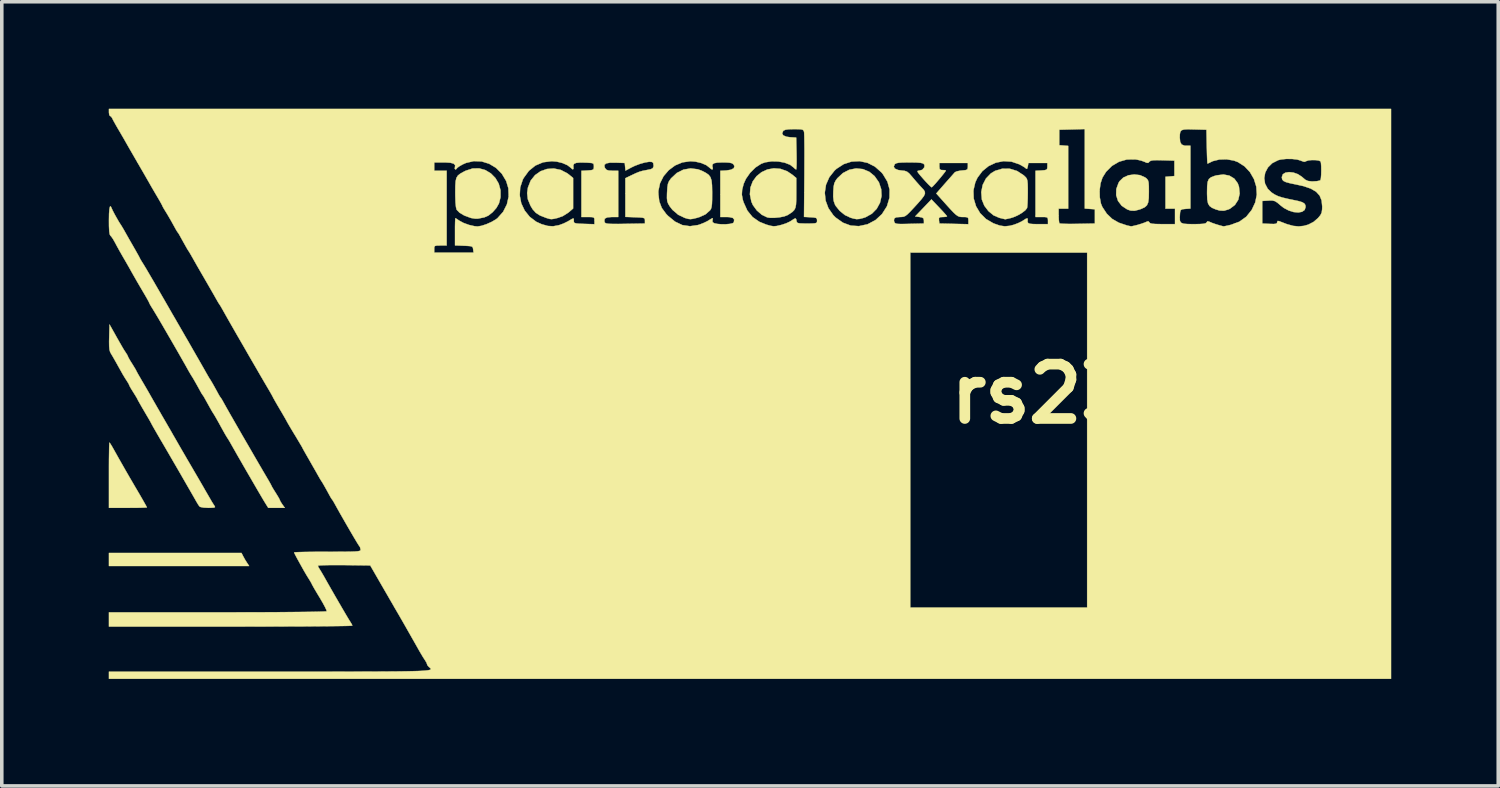
<source format=kicad_pcb>
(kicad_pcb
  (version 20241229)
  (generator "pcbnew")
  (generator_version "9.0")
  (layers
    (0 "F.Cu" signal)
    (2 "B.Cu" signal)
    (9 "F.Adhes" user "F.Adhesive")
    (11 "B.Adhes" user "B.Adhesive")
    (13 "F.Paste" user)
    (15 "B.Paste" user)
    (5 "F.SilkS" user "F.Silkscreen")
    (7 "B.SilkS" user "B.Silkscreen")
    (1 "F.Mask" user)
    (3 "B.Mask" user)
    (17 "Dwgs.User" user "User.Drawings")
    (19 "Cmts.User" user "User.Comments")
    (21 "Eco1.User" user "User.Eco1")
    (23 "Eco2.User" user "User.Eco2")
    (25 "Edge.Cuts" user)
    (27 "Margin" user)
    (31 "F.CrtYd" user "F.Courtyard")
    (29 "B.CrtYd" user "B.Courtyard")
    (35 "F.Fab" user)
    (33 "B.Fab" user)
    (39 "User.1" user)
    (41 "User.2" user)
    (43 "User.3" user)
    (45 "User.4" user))
  (footprint "logo telemetry rs232"
    (layer "F.Cu")
    (at 17.981 7.995)
    (property "Reference" "logo telemetry rs232" (at 0 0 0) (layer "F.SilkS") (effects (font (size 1.524 1.524) (thickness 0.3))))
    (attr through_hole)
    (fp_poly (pts (xy -14.213 4.552) (xy -14.159 4.65) (xy -14.105 4.735) (xy -14.044 4.827) (xy -17.976 4.827) (xy -17.976 4.461) (xy -14.259 4.461) (xy -14.213 4.552)) (stroke (width 0.01) (type solid)) (fill yes) (layer "F.SilkS"))
    (fp_poly (pts (xy -5.306 -6.28) (xy -5.12 -6.183) (xy -5.064 -6.14) (xy -4.96 -6.053) (xy -4.96 -5.198) (xy -5.092 -5.085) (xy -5.251 -4.984) (xy -5.395 -4.933) (xy -5.498 -4.909) (xy -5.564 -4.9) (xy -5.618 -4.906) (xy -5.688 -4.926) (xy -5.726 -4.939) (xy -5.889 -5.003) (xy -6.005 -5.077) (xy -6.095 -5.177) (xy -6.156 -5.279) (xy -6.23 -5.459) (xy -6.249 -5.632) (xy -6.227 -5.786) (xy -6.15 -5.981) (xy -6.028 -6.134) (xy -5.872 -6.244) (xy -5.693 -6.307) (xy -5.501 -6.32) (xy -5.306 -6.28)) (stroke (width 0.01) (type solid)) (fill yes) (layer "F.SilkS"))
    (fp_poly (pts (xy 13.443 -6.12) (xy 13.58 -6.037) (xy 13.677 -5.906) (xy 13.712 -5.808) (xy 13.731 -5.617) (xy 13.692 -5.444) (xy 13.599 -5.299) (xy 13.459 -5.192) (xy 13.42 -5.174) (xy 13.293 -5.136) (xy 13.171 -5.141) (xy 13.06 -5.173) (xy 12.956 -5.218) (xy 12.886 -5.269) (xy 12.844 -5.342) (xy 12.823 -5.45) (xy 12.817 -5.607) (xy 12.817 -5.659) (xy 12.82 -5.829) (xy 12.834 -5.946) (xy 12.867 -6.023) (xy 12.927 -6.073) (xy 13.021 -6.11) (xy 13.085 -6.128) (xy 13.275 -6.152) (xy 13.443 -6.12)) (stroke (width 0.01) (type solid)) (fill yes) (layer "F.SilkS"))
    (fp_poly (pts (xy 10.936 -6.134) (xy 11.079 -6.07) (xy 11.1 -6.055) (xy 11.139 -6.02) (xy 11.164 -5.98) (xy 11.178 -5.921) (xy 11.184 -5.827) (xy 11.185 -5.683) (xy 11.185 -5.662) (xy 11.182 -5.49) (xy 11.166 -5.37) (xy 11.131 -5.289) (xy 11.069 -5.233) (xy 10.973 -5.188) (xy 10.926 -5.171) (xy 10.788 -5.135) (xy 10.674 -5.139) (xy 10.579 -5.172) (xy 10.425 -5.273) (xy 10.32 -5.41) (xy 10.268 -5.571) (xy 10.272 -5.744) (xy 10.335 -5.917) (xy 10.363 -5.963) (xy 10.469 -6.066) (xy 10.612 -6.13) (xy 10.774 -6.153) (xy 10.936 -6.134)) (stroke (width 0.01) (type solid)) (fill yes) (layer "F.SilkS"))
    (fp_poly (pts (xy 0.856 -6.31) (xy 1.044 -6.242) (xy 1.194 -6.14) (xy 1.298 -6.053) (xy 1.298 -5.629) (xy 1.297 -5.445) (xy 1.291 -5.314) (xy 1.274 -5.222) (xy 1.241 -5.156) (xy 1.187 -5.101) (xy 1.104 -5.045) (xy 1.052 -5.012) (xy 0.96 -4.977) (xy 0.829 -4.951) (xy 0.685 -4.937) (xy 0.554 -4.938) (xy 0.484 -4.949) (xy 0.331 -5.023) (xy 0.191 -5.144) (xy 0.081 -5.295) (xy 0.039 -5.39) (xy -0.003 -5.597) (xy 0.013 -5.789) (xy 0.078 -5.96) (xy 0.185 -6.105) (xy 0.324 -6.217) (xy 0.488 -6.293) (xy 0.668 -6.325) (xy 0.856 -6.31)) (stroke (width 0.01) (type solid)) (fill yes) (layer "F.SilkS"))
    (fp_poly (pts (xy 3.167 -6.303) (xy 3.347 -6.227) (xy 3.494 -6.106) (xy 3.616 -5.931) (xy 3.679 -5.741) (xy 3.689 -5.548) (xy 3.646 -5.361) (xy 3.555 -5.193) (xy 3.418 -5.053) (xy 3.239 -4.953) (xy 3.175 -4.932) (xy 3.07 -4.906) (xy 2.989 -4.9) (xy 2.902 -4.916) (xy 2.817 -4.941) (xy 2.661 -5.015) (xy 2.516 -5.132) (xy 2.405 -5.269) (xy 2.382 -5.311) (xy 2.347 -5.41) (xy 2.333 -5.531) (xy 2.336 -5.677) (xy 2.346 -5.813) (xy 2.365 -5.906) (xy 2.401 -5.98) (xy 2.45 -6.047) (xy 2.606 -6.193) (xy 2.785 -6.285) (xy 2.976 -6.322) (xy 3.167 -6.303)) (stroke (width 0.01) (type solid)) (fill yes) (layer "F.SilkS"))
    (fp_poly (pts (xy -17.94 1.392) (xy -17.897 1.461) (xy -17.852 1.54) (xy -17.712 1.79) (xy -17.543 2.087) (xy -17.509 2.147) (xy -17.472 2.21) (xy -17.41 2.318) (xy -17.328 2.458) (xy -17.235 2.618) (xy -17.181 2.709) (xy -17.09 2.865) (xy -17.012 3.001) (xy -16.953 3.105) (xy -16.918 3.169) (xy -16.911 3.183) (xy -16.943 3.187) (xy -17.029 3.191) (xy -17.161 3.194) (xy -17.325 3.195) (xy -17.444 3.196) (xy -17.976 3.196) (xy -17.976 2.28) (xy -17.976 2.041) (xy -17.975 1.825) (xy -17.972 1.641) (xy -17.97 1.498) (xy -17.966 1.403) (xy -17.963 1.365) (xy -17.962 1.365) (xy -17.94 1.392)) (stroke (width 0.01) (type solid)) (fill yes) (layer "F.SilkS"))
    (fp_poly (pts (xy -7.42 -6.275) (xy -7.266 -6.182) (xy -7.139 -6.053) (xy -7.046 -5.894) (xy -6.996 -5.712) (xy -6.995 -5.516) (xy -7.039 -5.342) (xy -7.111 -5.215) (xy -7.216 -5.095) (xy -7.336 -5) (xy -7.452 -4.949) (xy -7.454 -4.949) (xy -7.556 -4.929) (xy -7.628 -4.914) (xy -7.711 -4.914) (xy -7.816 -4.931) (xy -7.84 -4.938) (xy -8.012 -5.002) (xy -8.144 -5.08) (xy -8.224 -5.162) (xy -8.227 -5.168) (xy -8.245 -5.239) (xy -8.258 -5.367) (xy -8.264 -5.544) (xy -8.265 -5.65) (xy -8.263 -5.834) (xy -8.254 -5.966) (xy -8.232 -6.057) (xy -8.19 -6.124) (xy -8.122 -6.177) (xy -8.021 -6.233) (xy -7.971 -6.258) (xy -7.78 -6.32) (xy -7.594 -6.324) (xy -7.42 -6.275)) (stroke (width 0.01) (type solid)) (fill yes) (layer "F.SilkS"))
    (fp_poly (pts (xy 7.286 -6.313) (xy 7.488 -6.251) (xy 7.674 -6.13) (xy 7.698 -6.108) (xy 7.738 -6.069) (xy 7.764 -6.028) (xy 7.779 -5.974) (xy 7.787 -5.89) (xy 7.79 -5.764) (xy 7.79 -5.644) (xy 7.788 -5.487) (xy 7.783 -5.352) (xy 7.776 -5.254) (xy 7.769 -5.211) (xy 7.719 -5.147) (xy 7.625 -5.075) (xy 7.505 -5.005) (xy 7.378 -4.951) (xy 7.317 -4.932) (xy 7.224 -4.91) (xy 7.163 -4.898) (xy 7.151 -4.898) (xy 7.115 -4.907) (xy 7.037 -4.926) (xy 6.991 -4.937) (xy 6.831 -5.006) (xy 6.686 -5.125) (xy 6.571 -5.277) (xy 6.503 -5.446) (xy 6.502 -5.448) (xy 6.485 -5.659) (xy 6.525 -5.86) (xy 6.616 -6.038) (xy 6.754 -6.182) (xy 6.872 -6.254) (xy 7.076 -6.315) (xy 7.286 -6.313)) (stroke (width 0.01) (type solid)) (fill yes) (layer "F.SilkS"))
    (fp_poly (pts (xy -1.462 -6.298) (xy -1.352 -6.257) (xy -1.239 -6.199) (xy -1.159 -6.143) (xy -1.108 -6.075) (xy -1.078 -5.981) (xy -1.065 -5.85) (xy -1.061 -5.668) (xy -1.061 -5.625) (xy -1.062 -5.447) (xy -1.067 -5.323) (xy -1.078 -5.24) (xy -1.095 -5.185) (xy -1.121 -5.146) (xy -1.249 -5.034) (xy -1.422 -4.956) (xy -1.504 -4.932) (xy -1.606 -4.908) (xy -1.671 -4.9) (xy -1.732 -4.907) (xy -1.816 -4.931) (xy -1.831 -4.936) (xy -2.012 -5.022) (xy -2.173 -5.16) (xy -2.252 -5.261) (xy -2.295 -5.334) (xy -2.32 -5.402) (xy -2.329 -5.487) (xy -2.327 -5.612) (xy -2.325 -5.655) (xy -2.316 -5.795) (xy -2.301 -5.889) (xy -2.272 -5.961) (xy -2.223 -6.031) (xy -2.211 -6.046) (xy -2.052 -6.195) (xy -1.867 -6.288) (xy -1.666 -6.323) (xy -1.462 -6.298)) (stroke (width 0.01) (type solid)) (fill yes) (layer "F.SilkS"))
    (fp_poly (pts (xy -17.857 -1.764) (xy -17.75 -1.573) (xy -17.669 -1.43) (xy -17.609 -1.326) (xy -17.565 -1.251) (xy -17.53 -1.196) (xy -17.506 -1.16) (xy -17.463 -1.093) (xy -17.444 -1.051) (xy -17.444 -1.05) (xy -17.427 -1.013) (xy -17.384 -0.937) (xy -17.327 -0.847) (xy -17.268 -0.751) (xy -17.226 -0.681) (xy -17.211 -0.651) (xy -17.195 -0.619) (xy -17.153 -0.543) (xy -17.092 -0.438) (xy -17.067 -0.394) (xy -16.987 -0.258) (xy -16.908 -0.122) (xy -16.845 -0.013) (xy -16.838 0) (xy -16.791 0.083) (xy -16.719 0.209) (xy -16.631 0.362) (xy -16.535 0.529) (xy -16.501 0.589) (xy -16.406 0.752) (xy -16.319 0.903) (xy -16.246 1.029) (xy -16.196 1.116) (xy -16.184 1.138) (xy -16.108 1.269) (xy -16.023 1.418) (xy -15.938 1.565) (xy -15.864 1.692) (xy -15.813 1.78) (xy -15.813 1.781) (xy -15.722 1.936) (xy -15.617 2.116) (xy -15.505 2.308) (xy -15.395 2.497) (xy -15.295 2.671) (xy -15.212 2.814) (xy -15.155 2.913) (xy -15.093 3.02) (xy -15.039 3.107) (xy -15.007 3.154) (xy -15.002 3.177) (xy -15.04 3.19) (xy -15.132 3.195) (xy -15.189 3.196) (xy -15.322 3.189) (xy -15.412 3.171) (xy -15.439 3.154) (xy -15.477 3.099) (xy -15.527 3.016) (xy -15.538 2.996) (xy -15.594 2.897) (xy -15.678 2.751) (xy -15.783 2.569) (xy -15.902 2.362) (xy -16.03 2.14) (xy -16.161 1.915) (xy -16.288 1.696) (xy -16.405 1.495) (xy -16.506 1.322) (xy -16.508 1.32) (xy -16.599 1.163) (xy -16.677 1.028) (xy -16.736 0.925) (xy -16.771 0.862) (xy -16.778 0.848) (xy -16.794 0.817) (xy -16.837 0.74) (xy -16.901 0.63) (xy -16.978 0.499) (xy -17.056 0.366) (xy -17.119 0.255) (xy -17.162 0.179) (xy -17.177 0.148) (xy -17.194 0.115) (xy -17.237 0.043) (xy -17.294 -0.048) (xy -17.354 -0.144) (xy -17.396 -0.218) (xy -17.41 -0.251) (xy -17.428 -0.291) (xy -17.47 -0.357) (xy -17.472 -0.361) (xy -17.526 -0.444) (xy -17.591 -0.552) (xy -17.617 -0.599) (xy -17.715 -0.774) (xy -17.787 -0.903) (xy -17.841 -0.998) (xy -17.884 -1.072) (xy -17.914 -1.121) (xy -17.944 -1.178) (xy -17.962 -1.245) (xy -17.97 -1.337) (xy -17.972 -1.468) (xy -17.969 -1.587) (xy -17.96 -1.947) (xy -17.857 -1.764)) (stroke (width 0.01) (type solid)) (fill yes) (layer "F.SilkS"))
    (fp_poly (pts (xy -17.899 -5.203) (xy -17.899 -5.202) (xy -17.873 -5.144) (xy -17.825 -5.051) (xy -17.765 -4.943) (xy -17.706 -4.84) (xy -17.658 -4.763) (xy -17.645 -4.744) (xy -17.615 -4.697) (xy -17.566 -4.614) (xy -17.536 -4.561) (xy -17.482 -4.465) (xy -17.408 -4.334) (xy -17.324 -4.188) (xy -17.282 -4.115) (xy -17.211 -3.99) (xy -17.154 -3.889) (xy -17.119 -3.824) (xy -17.111 -3.806) (xy -17.094 -3.773) (xy -17.053 -3.705) (xy -17.03 -3.669) (xy -16.991 -3.606) (xy -16.924 -3.495) (xy -16.836 -3.345) (xy -16.731 -3.166) (xy -16.616 -2.967) (xy -16.527 -2.813) (xy -16.408 -2.607) (xy -16.298 -2.416) (xy -16.202 -2.248) (xy -16.123 -2.113) (xy -16.069 -2.019) (xy -16.047 -1.981) (xy -15.958 -1.827) (xy -15.855 -1.648) (xy -15.743 -1.455) (xy -15.63 -1.257) (xy -15.521 -1.067) (xy -15.422 -0.895) (xy -15.34 -0.751) (xy -15.28 -0.646) (xy -15.254 -0.599) (xy -15.201 -0.507) (xy -15.16 -0.437) (xy -15.146 -0.416) (xy -15.113 -0.364) (xy -15.052 -0.259) (xy -14.967 -0.106) (xy -14.9 0.017) (xy -14.865 0.076) (xy -14.847 0.1) (xy -14.819 0.14) (xy -14.794 0.183) (xy -14.733 0.293) (xy -14.649 0.443) (xy -14.552 0.613) (xy -14.474 0.749) (xy -14.271 1.102) (xy -14.085 1.423) (xy -13.92 1.708) (xy -13.779 1.951) (xy -13.664 2.148) (xy -13.579 2.293) (xy -13.57 2.308) (xy -13.502 2.424) (xy -13.449 2.517) (xy -13.42 2.572) (xy -13.416 2.582) (xy -13.399 2.615) (xy -13.356 2.687) (xy -13.299 2.777) (xy -13.239 2.874) (xy -13.197 2.948) (xy -13.183 2.981) (xy -13.165 3.02) (xy -13.122 3.087) (xy -13.114 3.099) (xy -13.045 3.196) (xy -13.509 3.196) (xy -13.607 3.038) (xy -13.65 2.967) (xy -13.719 2.85) (xy -13.81 2.695) (xy -13.915 2.514) (xy -14.03 2.316) (xy -14.148 2.113) (xy -14.262 1.914) (xy -14.368 1.731) (xy -14.458 1.572) (xy -14.528 1.449) (xy -14.547 1.415) (xy -14.597 1.327) (xy -14.637 1.262) (xy -14.647 1.248) (xy -14.676 1.202) (xy -14.725 1.119) (xy -14.76 1.057) (xy -14.832 0.927) (xy -14.909 0.787) (xy -14.935 0.741) (xy -14.989 0.646) (xy -15.032 0.574) (xy -15.048 0.549) (xy -15.081 0.497) (xy -15.141 0.392) (xy -15.226 0.239) (xy -15.294 0.117) (xy -15.329 0.057) (xy -15.347 0.033) (xy -15.374 -0.006) (xy -15.399 -0.05) (xy -15.499 -0.231) (xy -15.576 -0.367) (xy -15.627 -0.455) (xy -15.645 -0.483) (xy -15.675 -0.53) (xy -15.723 -0.612) (xy -15.754 -0.666) (xy -15.831 -0.804) (xy -15.929 -0.976) (xy -16.04 -1.171) (xy -16.16 -1.379) (xy -16.283 -1.591) (xy -16.402 -1.797) (xy -16.512 -1.986) (xy -16.607 -2.148) (xy -16.682 -2.273) (xy -16.73 -2.351) (xy -16.732 -2.356) (xy -16.791 -2.45) (xy -16.832 -2.521) (xy -16.845 -2.549) (xy -16.86 -2.584) (xy -16.903 -2.663) (xy -16.966 -2.772) (xy -17.016 -2.857) (xy -17.1 -3) (xy -17.182 -3.14) (xy -17.248 -3.256) (xy -17.271 -3.296) (xy -17.341 -3.419) (xy -17.406 -3.536) (xy -17.48 -3.665) (xy -17.574 -3.827) (xy -17.594 -3.862) (xy -17.672 -3.998) (xy -17.75 -4.139) (xy -17.806 -4.244) (xy -17.861 -4.341) (xy -17.911 -4.413) (xy -17.935 -4.438) (xy -17.955 -4.475) (xy -17.968 -4.563) (xy -17.975 -4.707) (xy -17.976 -4.862) (xy -17.973 -5.051) (xy -17.963 -5.181) (xy -17.947 -5.251) (xy -17.926 -5.259) (xy -17.899 -5.203)) (stroke (width 0.01) (type solid)) (fill yes) (layer "F.SilkS"))
    (fp_poly (pts (xy 17.976 7.99) (xy -17.976 7.99) (xy -17.976 7.79) (xy -13.466 7.79) (xy -12.819 7.79) (xy -12.235 7.79) (xy -11.712 7.79) (xy -11.245 7.789) (xy -10.833 7.788) (xy -10.472 7.787) (xy -10.158 7.785) (xy -9.889 7.783) (xy -9.661 7.78) (xy -9.471 7.776) (xy -9.317 7.772) (xy -9.194 7.766) (xy -9.1 7.759) (xy -9.032 7.751) (xy -8.986 7.742) (xy -8.96 7.731) (xy -8.95 7.719) (xy -8.952 7.706) (xy -8.965 7.69) (xy -8.984 7.673) (xy -9.005 7.657) (xy -9.047 7.607) (xy -9.055 7.583) (xy -9.072 7.535) (xy -9.115 7.464) (xy -9.117 7.462) (xy -9.171 7.379) (xy -9.235 7.271) (xy -9.263 7.224) (xy -9.353 7.064) (xy -9.459 6.877) (xy -9.571 6.68) (xy -9.68 6.488) (xy -9.777 6.319) (xy -9.852 6.189) (xy -9.86 6.175) (xy -9.914 6.083) (xy -9.993 5.946) (xy -10.091 5.777) (xy -10.199 5.59) (xy -10.311 5.397) (xy -10.313 5.393) (xy -10.649 4.81) (xy -11.383 4.801) (xy -11.596 4.8) (xy -11.785 4.801) (xy -11.94 4.804) (xy -12.052 4.809) (xy -12.111 4.815) (xy -12.117 4.819) (xy -12.1 4.864) (xy -12.071 4.911) (xy -12.03 4.977) (xy -11.972 5.075) (xy -11.933 5.143) (xy -11.85 5.291) (xy -11.752 5.463) (xy -11.647 5.646) (xy -11.54 5.831) (xy -11.437 6.008) (xy -11.345 6.165) (xy -11.27 6.292) (xy -11.217 6.378) (xy -11.198 6.407) (xy -11.162 6.468) (xy -11.152 6.499) (xy -11.185 6.502) (xy -11.279 6.506) (xy -11.432 6.509) (xy -11.638 6.512) (xy -11.893 6.515) (xy -12.192 6.517) (xy -12.532 6.52) (xy -12.907 6.521) (xy -13.314 6.523) (xy -13.747 6.524) (xy -14.204 6.525) (xy -14.564 6.525) (xy -17.976 6.525) (xy -17.976 6.125) (xy -14.932 6.125) (xy -14.463 6.125) (xy -14.019 6.124) (xy -13.605 6.123) (xy -13.226 6.121) (xy -12.884 6.118) (xy -12.585 6.115) (xy -12.333 6.112) (xy -12.131 6.108) (xy -11.984 6.104) (xy -11.896 6.1) (xy -11.87 6.096) (xy -11.879 6.058) (xy -11.918 5.975) (xy -11.98 5.86) (xy -12.06 5.723) (xy -12.068 5.71) (xy -12.15 5.574) (xy -12.218 5.459) (xy -12.264 5.377) (xy -12.284 5.34) (xy -12.284 5.339) (xy -12.3 5.305) (xy -12.341 5.235) (xy -12.369 5.19) (xy -12.436 5.082) (xy -12.498 4.976) (xy -12.513 4.95) (xy -12.619 4.76) (xy -12.696 4.621) (xy -12.746 4.527) (xy -12.774 4.471) (xy -12.783 4.447) (xy -12.783 4.446) (xy -12.751 4.441) (xy -12.661 4.437) (xy -12.522 4.433) (xy -12.34 4.43) (xy -12.126 4.428) (xy -11.888 4.428) (xy -11.851 4.428) (xy -11.577 4.427) (xy -11.363 4.426) (xy -11.201 4.424) (xy -11.084 4.42) (xy -11.004 4.414) (xy -10.955 4.405) (xy -10.93 4.394) (xy -10.92 4.378) (xy -10.919 4.368) (xy -10.935 4.299) (xy -10.95 4.276) (xy -10.977 4.237) (xy -11.031 4.15) (xy -11.106 4.024) (xy -11.196 3.871) (xy -11.295 3.7) (xy -11.398 3.521) (xy -11.499 3.344) (xy -11.591 3.18) (xy -11.665 3.046) (xy -11.701 2.986) (xy -11.718 2.963) (xy -11.746 2.923) (xy -11.771 2.88) (xy -11.87 2.699) (xy -11.947 2.562) (xy -11.998 2.475) (xy -12.017 2.447) (xy -12.047 2.4) (xy -12.095 2.317) (xy -12.125 2.264) (xy -12.179 2.168) (xy -12.254 2.037) (xy -12.337 1.891) (xy -12.379 1.818) (xy -12.45 1.694) (xy -12.507 1.594) (xy -12.542 1.53) (xy -12.55 1.513) (xy -12.566 1.483) (xy -12.611 1.407) (xy -12.677 1.296) (xy -12.757 1.162) (xy -12.767 1.147) (xy -12.849 1.011) (xy -12.916 0.898) (xy -12.963 0.817) (xy -12.983 0.781) (xy -12.983 0.781) (xy -12.999 0.75) (xy -13.042 0.674) (xy -13.106 0.563) (xy -13.183 0.433) (xy -13.261 0.3) (xy -13.324 0.19) (xy -13.367 0.113) (xy -13.382 0.083) (xy -13.398 0.052) (xy -13.44 -0.023) (xy -13.501 -0.128) (xy -13.527 -0.172) (xy -13.576 -0.255) (xy -13.635 -0.356) (xy -13.708 -0.481) (xy -13.797 -0.635) (xy -13.906 -0.823) (xy -14.038 -1.05) (xy -14.195 -1.324) (xy -14.382 -1.647) (xy -14.44 -1.748) (xy -14.646 -2.108) (xy -14.79 -2.364) (xy -14.837 -2.447) (xy -14.874 -2.506) (xy -14.88 -2.513) (xy -14.91 -2.56) (xy -14.958 -2.643) (xy -14.988 -2.696) (xy -15.05 -2.806) (xy -15.128 -2.941) (xy -15.193 -3.054) (xy -15.278 -3.201) (xy -15.372 -3.363) (xy -15.434 -3.47) (xy -15.51 -3.602) (xy -15.586 -3.736) (xy -15.638 -3.828) (xy -15.691 -3.921) (xy -15.733 -3.991) (xy -15.747 -4.011) (xy -15.78 -4.063) (xy -15.84 -4.169) (xy -15.925 -4.321) (xy -15.993 -4.444) (xy -16.028 -4.504) (xy -16.046 -4.527) (xy -16.073 -4.567) (xy -16.099 -4.611) (xy -16.231 -4.85) (xy -16.34 -5.037) (xy -16.393 -5.123) (xy -16.443 -5.205) (xy -16.474 -5.261) (xy -16.478 -5.273) (xy -16.494 -5.306) (xy -16.536 -5.383) (xy -16.597 -5.488) (xy -16.623 -5.532) (xy -16.703 -5.668) (xy -16.782 -5.804) (xy -16.844 -5.913) (xy -16.851 -5.926) (xy -16.914 -6.035) (xy -16.992 -6.171) (xy -17.057 -6.283) (xy -17.142 -6.43) (xy -17.177 -6.491) (xy -8.855 -6.491) (xy -8.855 -6.258) (xy -8.506 -6.258) (xy -8.506 -4.161) (xy -8.68 -4.161) (xy -8.782 -4.159) (xy -8.834 -4.147) (xy -8.853 -4.115) (xy -8.855 -4.061) (xy -8.855 -3.961) (xy -7.752 -3.961) (xy 4.494 -3.961) (xy 4.494 5.992) (xy 9.454 5.992) (xy 9.454 -3.961) (xy 4.494 -3.961) (xy -7.752 -3.961) (xy -7.763 -4.053) (xy -7.771 -4.1) (xy -7.792 -4.128) (xy -7.842 -4.143) (xy -7.933 -4.15) (xy -8.023 -4.154) (xy -8.272 -4.164) (xy -8.272 -4.545) (xy -8.272 -4.696) (xy -8.269 -4.818) (xy -8.265 -4.9) (xy -8.261 -4.927) (xy -8.229 -4.91) (xy -8.166 -4.867) (xy -8.154 -4.859) (xy -8.034 -4.794) (xy -7.88 -4.738) (xy -7.727 -4.703) (xy -7.64 -4.695) (xy -7.529 -4.713) (xy -7.389 -4.759) (xy -7.245 -4.823) (xy -7.123 -4.895) (xy -7.08 -4.928) (xy -6.922 -5.106) (xy -6.817 -5.314) (xy -6.767 -5.538) (xy -6.768 -5.564) (xy -6.457 -5.564) (xy -6.414 -5.344) (xy -6.319 -5.142) (xy -6.177 -4.965) (xy -5.993 -4.826) (xy -5.84 -4.757) (xy -5.669 -4.709) (xy -5.521 -4.7) (xy -5.365 -4.729) (xy -5.347 -4.734) (xy -5.225 -4.779) (xy -5.102 -4.84) (xy -5.086 -4.85) (xy -4.999 -4.902) (xy -4.956 -4.921) (xy -4.941 -4.905) (xy -4.941 -4.855) (xy -4.941 -4.852) (xy -4.938 -4.816) (xy -4.919 -4.793) (xy -4.87 -4.78) (xy -4.779 -4.772) (xy -4.652 -4.767) (xy -4.361 -4.758) (xy -4.361 -4.853) (xy -4.085 -4.853) (xy -4.073 -4.81) (xy -4.057 -4.791) (xy -4.02 -4.778) (xy -3.952 -4.769) (xy -3.845 -4.766) (xy -3.689 -4.765) (xy -3.5 -4.768) (xy -2.946 -4.777) (xy -2.946 -4.86) (xy -2.949 -4.901) (xy -2.967 -4.926) (xy -3.014 -4.941) (xy -3.102 -4.948) (xy -3.221 -4.953) (xy -3.495 -4.963) (xy -3.495 -5.618) (xy -2.57 -5.618) (xy -2.544 -5.398) (xy -2.474 -5.214) (xy -2.35 -5.045) (xy -2.3 -4.993) (xy -2.101 -4.83) (xy -1.896 -4.733) (xy -1.683 -4.702) (xy -1.46 -4.734) (xy -1.412 -4.749) (xy -1.297 -4.794) (xy -1.194 -4.844) (xy -1.16 -4.865) (xy -1.081 -4.914) (xy -1.041 -4.925) (xy -1.047 -4.897) (xy -1.053 -4.842) (xy -1.045 -4.813) (xy -1.003 -4.785) (xy -0.914 -4.766) (xy -0.798 -4.756) (xy -0.675 -4.757) (xy -0.563 -4.767) (xy -0.483 -4.787) (xy -0.454 -4.81) (xy -0.443 -4.887) (xy -0.483 -4.935) (xy -0.58 -4.957) (xy -0.653 -4.96) (xy -0.832 -4.96) (xy -0.832 -5.587) (xy -0.229 -5.587) (xy -0.202 -5.443) (xy -0.18 -5.372) (xy -0.074 -5.139) (xy 0.072 -4.959) (xy 0.262 -4.826) (xy 0.454 -4.748) (xy 0.573 -4.714) (xy 0.661 -4.7) (xy 0.746 -4.707) (xy 0.858 -4.733) (xy 0.889 -4.741) (xy 1.01 -4.781) (xy 1.12 -4.832) (xy 1.16 -4.857) (xy 1.239 -4.909) (xy 1.279 -4.921) (xy 1.298 -4.891) (xy 1.304 -4.852) (xy 1.314 -4.816) (xy 1.338 -4.793) (xy 1.391 -4.782) (xy 1.487 -4.778) (xy 1.598 -4.777) (xy 1.735 -4.778) (xy 1.819 -4.783) (xy 1.862 -4.796) (xy 1.878 -4.82) (xy 1.881 -4.86) (xy 1.876 -4.908) (xy 1.849 -4.935) (xy 1.784 -4.947) (xy 1.698 -4.953) (xy 1.515 -4.963) (xy 1.521 -5.643) (xy 2.097 -5.643) (xy 2.12 -5.42) (xy 2.199 -5.207) (xy 2.334 -5.013) (xy 2.403 -4.944) (xy 2.607 -4.8) (xy 2.825 -4.719) (xy 3.053 -4.704) (xy 3.287 -4.754) (xy 3.304 -4.76) (xy 3.522 -4.876) (xy 3.702 -5.043) (xy 3.835 -5.252) (xy 3.843 -5.27) (xy 3.912 -5.501) (xy 3.915 -5.73) (xy 3.854 -5.951) (xy 3.728 -6.16) (xy 3.687 -6.21) (xy 3.506 -6.371) (xy 4.031 -6.371) (xy 4.064 -6.316) (xy 4.152 -6.278) (xy 4.248 -6.264) (xy 4.338 -6.254) (xy 4.404 -6.23) (xy 4.465 -6.181) (xy 4.543 -6.092) (xy 4.557 -6.075) (xy 4.654 -5.961) (xy 4.754 -5.848) (xy 4.82 -5.777) (xy 4.874 -5.718) (xy 4.903 -5.668) (xy 4.906 -5.615) (xy 4.877 -5.55) (xy 4.813 -5.464) (xy 4.711 -5.347) (xy 4.605 -5.231) (xy 4.494 -5.112) (xy 4.415 -5.034) (xy 4.356 -4.989) (xy 4.303 -4.967) (xy 4.244 -4.961) (xy 4.21 -4.96) (xy 4.099 -4.951) (xy 4.044 -4.918) (xy 4.037 -4.855) (xy 4.045 -4.826) (xy 4.058 -4.798) (xy 4.084 -4.779) (xy 4.133 -4.768) (xy 4.218 -4.764) (xy 4.35 -4.765) (xy 4.472 -4.768) (xy 4.877 -4.777) (xy 4.877 -4.86) (xy 4.867 -4.918) (xy 4.823 -4.947) (xy 4.755 -4.96) (xy 4.632 -4.977) (xy 4.86 -5.215) (xy 5.088 -5.454) (xy 5.307 -5.224) (xy 5.401 -5.124) (xy 5.475 -5.042) (xy 5.519 -4.99) (xy 5.526 -4.978) (xy 5.497 -4.966) (xy 5.424 -4.96) (xy 5.407 -4.96) (xy 5.329 -4.955) (xy 5.299 -4.931) (xy 5.299 -4.871) (xy 5.299 -4.869) (xy 5.31 -4.777) (xy 6.125 -4.758) (xy 6.125 -4.859) (xy 6.121 -4.921) (xy 6.097 -4.95) (xy 6.034 -4.96) (xy 5.974 -4.96) (xy 5.919 -4.961) (xy 5.873 -4.968) (xy 5.828 -4.987) (xy 5.775 -5.024) (xy 5.708 -5.086) (xy 5.62 -5.179) (xy 5.502 -5.309) (xy 5.347 -5.482) (xy 5.224 -5.62) (xy 5.297 -5.705) (xy 6.265 -5.705) (xy 6.273 -5.478) (xy 6.338 -5.262) (xy 6.454 -5.067) (xy 6.618 -4.904) (xy 6.825 -4.783) (xy 6.841 -4.777) (xy 7.006 -4.719) (xy 7.145 -4.699) (xy 7.285 -4.713) (xy 7.4 -4.743) (xy 7.517 -4.787) (xy 7.624 -4.839) (xy 7.655 -4.859) (xy 7.738 -4.912) (xy 7.779 -4.923) (xy 7.788 -4.892) (xy 7.787 -4.885) (xy 7.784 -4.826) (xy 7.801 -4.79) (xy 7.85 -4.77) (xy 7.943 -4.762) (xy 8.073 -4.76) (xy 8.356 -4.76) (xy 8.356 -4.86) (xy 8.352 -4.918) (xy 8.331 -4.948) (xy 8.275 -4.959) (xy 8.181 -4.96) (xy 8.006 -4.96) (xy 8.006 -5.193) (xy 8.655 -5.193) (xy 8.655 -4.999) (xy 8.659 -4.89) (xy 8.668 -4.81) (xy 8.678 -4.782) (xy 8.718 -4.774) (xy 8.812 -4.769) (xy 8.948 -4.766) (xy 9.113 -4.767) (xy 9.186 -4.768) (xy 9.671 -4.777) (xy 9.671 -5.177) (xy 9.529 -5.187) (xy 9.388 -5.197) (xy 9.388 -5.712) (xy 9.804 -5.712) (xy 9.808 -5.516) (xy 9.84 -5.34) (xy 9.879 -5.243) (xy 10.005 -5.052) (xy 10.156 -4.907) (xy 10.342 -4.8) (xy 10.575 -4.722) (xy 10.686 -4.698) (xy 10.725 -4.704) (xy 10.807 -4.723) (xy 10.871 -4.739) (xy 10.982 -4.773) (xy 11.077 -4.807) (xy 11.109 -4.822) (xy 11.166 -4.842) (xy 11.195 -4.816) (xy 11.198 -4.81) (xy 11.22 -4.787) (xy 11.273 -4.772) (xy 11.367 -4.764) (xy 11.514 -4.761) (xy 11.567 -4.76) (xy 11.918 -4.76) (xy 11.918 -4.926) (xy 12.05 -4.926) (xy 12.058 -4.846) (xy 12.092 -4.797) (xy 12.162 -4.771) (xy 12.28 -4.762) (xy 12.435 -4.76) (xy 12.599 -4.762) (xy 12.707 -4.769) (xy 12.771 -4.782) (xy 12.8 -4.802) (xy 12.804 -4.81) (xy 12.831 -4.841) (xy 12.883 -4.827) (xy 12.895 -4.821) (xy 12.961 -4.793) (xy 13.062 -4.758) (xy 13.171 -4.725) (xy 13.258 -4.702) (xy 13.283 -4.698) (xy 13.321 -4.704) (xy 13.405 -4.722) (xy 13.485 -4.741) (xy 13.722 -4.828) (xy 13.917 -4.968) (xy 14.069 -5.158) (xy 14.167 -5.367) (xy 14.176 -5.41) (xy 14.364 -5.41) (xy 14.364 -4.777) (xy 14.573 -4.767) (xy 14.688 -4.764) (xy 14.752 -4.772) (xy 14.777 -4.792) (xy 14.781 -4.812) (xy 14.797 -4.85) (xy 14.839 -4.843) (xy 15.055 -4.76) (xy 15.232 -4.711) (xy 15.385 -4.696) (xy 15.53 -4.711) (xy 15.655 -4.746) (xy 15.804 -4.823) (xy 15.928 -4.93) (xy 15.996 -5.012) (xy 16.031 -5.085) (xy 16.044 -5.176) (xy 16.046 -5.255) (xy 16.029 -5.424) (xy 15.974 -5.56) (xy 15.875 -5.669) (xy 15.726 -5.756) (xy 15.522 -5.826) (xy 15.313 -5.872) (xy 15.144 -5.907) (xy 15.03 -5.938) (xy 14.96 -5.971) (xy 14.925 -6.011) (xy 14.914 -6.064) (xy 14.914 -6.08) (xy 14.941 -6.157) (xy 15.013 -6.203) (xy 15.117 -6.219) (xy 15.238 -6.206) (xy 15.362 -6.162) (xy 15.474 -6.089) (xy 15.491 -6.074) (xy 15.572 -6.005) (xy 15.646 -5.971) (xy 15.743 -5.959) (xy 15.794 -5.959) (xy 15.898 -5.965) (xy 15.973 -5.98) (xy 15.996 -5.993) (xy 16.009 -6.047) (xy 16.017 -6.145) (xy 16.02 -6.264) (xy 16.018 -6.381) (xy 16.011 -6.474) (xy 16 -6.518) (xy 15.953 -6.542) (xy 15.865 -6.555) (xy 15.76 -6.557) (xy 15.663 -6.548) (xy 15.598 -6.528) (xy 15.59 -6.522) (xy 15.541 -6.506) (xy 15.46 -6.534) (xy 15.452 -6.539) (xy 15.346 -6.571) (xy 15.2 -6.588) (xy 15.04 -6.589) (xy 14.89 -6.573) (xy 14.811 -6.554) (xy 14.645 -6.47) (xy 14.524 -6.35) (xy 14.448 -6.206) (xy 14.42 -6.05) (xy 14.443 -5.894) (xy 14.519 -5.75) (xy 14.625 -5.648) (xy 14.713 -5.59) (xy 14.809 -5.544) (xy 14.928 -5.506) (xy 15.088 -5.468) (xy 15.213 -5.442) (xy 15.375 -5.408) (xy 15.482 -5.376) (xy 15.544 -5.34) (xy 15.573 -5.295) (xy 15.58 -5.24) (xy 15.553 -5.157) (xy 15.48 -5.106) (xy 15.374 -5.087) (xy 15.245 -5.099) (xy 15.107 -5.142) (xy 14.97 -5.214) (xy 14.881 -5.283) (xy 14.788 -5.362) (xy 14.72 -5.405) (xy 14.652 -5.421) (xy 14.559 -5.421) (xy 14.541 -5.42) (xy 14.364 -5.41) (xy 14.176 -5.41) (xy 14.212 -5.586) (xy 14.198 -5.809) (xy 14.132 -6.024) (xy 14.02 -6.218) (xy 13.868 -6.381) (xy 13.682 -6.5) (xy 13.57 -6.542) (xy 13.365 -6.578) (xy 13.161 -6.572) (xy 12.98 -6.527) (xy 12.935 -6.506) (xy 12.867 -6.473) (xy 12.831 -6.458) (xy 12.83 -6.458) (xy 12.825 -6.49) (xy 12.82 -6.576) (xy 12.815 -6.705) (xy 12.811 -6.865) (xy 12.809 -6.933) (xy 12.8 -7.407) (xy 12.453 -7.416) (xy 12.284 -7.42) (xy 12.171 -7.414) (xy 12.102 -7.393) (xy 12.067 -7.35) (xy 12.054 -7.28) (xy 12.051 -7.189) (xy 12.063 -7.064) (xy 12.104 -6.992) (xy 12.184 -6.961) (xy 12.241 -6.958) (xy 12.35 -6.958) (xy 12.35 -5.197) (xy 12.209 -5.187) (xy 12.12 -5.177) (xy 12.077 -5.152) (xy 12.061 -5.093) (xy 12.057 -5.047) (xy 12.05 -4.926) (xy 11.918 -4.926) (xy 11.918 -5.193) (xy 11.651 -5.193) (xy 11.651 -6.088) (xy 11.776 -6.098) (xy 11.901 -6.109) (xy 11.901 -6.541) (xy 11.569 -6.551) (xy 11.409 -6.554) (xy 11.304 -6.55) (xy 11.24 -6.538) (xy 11.204 -6.516) (xy 11.199 -6.509) (xy 11.165 -6.477) (xy 11.119 -6.482) (xy 11.067 -6.506) (xy 10.978 -6.539) (xy 10.859 -6.567) (xy 10.8 -6.576) (xy 10.569 -6.573) (xy 10.349 -6.51) (xy 10.15 -6.393) (xy 9.985 -6.228) (xy 9.884 -6.066) (xy 9.83 -5.903) (xy 9.804 -5.712) (xy 9.388 -5.712) (xy 9.388 -7.426) (xy 9.03 -7.416) (xy 8.672 -7.407) (xy 8.672 -6.974) (xy 8.797 -6.964) (xy 8.922 -6.954) (xy 8.922 -5.193) (xy 8.655 -5.193) (xy 8.006 -5.193) (xy 8.006 -6.256) (xy 8.173 -6.265) (xy 8.271 -6.274) (xy 8.32 -6.291) (xy 8.337 -6.328) (xy 8.339 -6.375) (xy 8.339 -6.475) (xy 7.807 -6.475) (xy 7.789 -6.375) (xy 7.771 -6.314) (xy 7.749 -6.312) (xy 7.747 -6.314) (xy 7.706 -6.349) (xy 7.624 -6.399) (xy 7.55 -6.439) (xy 7.333 -6.512) (xy 7.11 -6.526) (xy 6.893 -6.483) (xy 6.691 -6.388) (xy 6.516 -6.246) (xy 6.378 -6.061) (xy 6.318 -5.932) (xy 6.265 -5.705) (xy 5.297 -5.705) (xy 5.466 -5.898) (xy 5.568 -6.014) (xy 5.657 -6.114) (xy 5.72 -6.186) (xy 5.746 -6.215) (xy 5.8 -6.24) (xy 5.893 -6.259) (xy 5.946 -6.265) (xy 6.043 -6.274) (xy 6.091 -6.292) (xy 6.107 -6.331) (xy 6.109 -6.375) (xy 6.109 -6.475) (xy 5.31 -6.475) (xy 5.31 -6.375) (xy 5.318 -6.304) (xy 5.356 -6.279) (xy 5.401 -6.276) (xy 5.468 -6.273) (xy 5.493 -6.263) (xy 5.473 -6.229) (xy 5.42 -6.161) (xy 5.348 -6.072) (xy 5.267 -5.976) (xy 5.191 -5.888) (xy 5.129 -5.822) (xy 5.096 -5.793) (xy 5.094 -5.792) (xy 5.063 -5.816) (xy 4.999 -5.878) (xy 4.913 -5.969) (xy 4.863 -6.025) (xy 4.768 -6.134) (xy 4.713 -6.203) (xy 4.695 -6.24) (xy 4.707 -6.256) (xy 4.735 -6.258) (xy 4.83 -6.283) (xy 4.886 -6.349) (xy 4.894 -6.395) (xy 4.885 -6.434) (xy 4.852 -6.462) (xy 4.785 -6.479) (xy 4.675 -6.488) (xy 4.511 -6.491) (xy 4.446 -6.491) (xy 4.281 -6.489) (xy 4.17 -6.482) (xy 4.102 -6.467) (xy 4.063 -6.444) (xy 4.059 -6.439) (xy 4.031 -6.371) (xy 3.506 -6.371) (xy 3.502 -6.374) (xy 3.295 -6.479) (xy 3.073 -6.526) (xy 2.848 -6.514) (xy 2.629 -6.443) (xy 2.426 -6.312) (xy 2.371 -6.262) (xy 2.223 -6.075) (xy 2.131 -5.865) (xy 2.097 -5.643) (xy 1.521 -5.643) (xy 1.525 -6.118) (xy 1.526 -6.392) (xy 1.527 -6.647) (xy 1.527 -6.874) (xy 1.525 -7.067) (xy 1.523 -7.216) (xy 1.519 -7.313) (xy 1.516 -7.348) (xy 1.501 -7.386) (xy 1.472 -7.409) (xy 1.413 -7.42) (xy 1.309 -7.423) (xy 1.235 -7.424) (xy 1.089 -7.42) (xy 0.995 -7.407) (xy 0.942 -7.383) (xy 0.93 -7.371) (xy 0.901 -7.303) (xy 0.934 -7.248) (xy 1.023 -7.211) (xy 1.125 -7.197) (xy 1.295 -7.187) (xy 1.305 -6.739) (xy 1.307 -6.576) (xy 1.306 -6.439) (xy 1.302 -6.341) (xy 1.296 -6.294) (xy 1.294 -6.292) (xy 1.258 -6.314) (xy 1.234 -6.339) (xy 1.126 -6.424) (xy 0.972 -6.484) (xy 0.792 -6.517) (xy 0.604 -6.521) (xy 0.425 -6.493) (xy 0.316 -6.454) (xy 0.154 -6.349) (xy 0.004 -6.2) (xy -0.116 -6.028) (xy -0.177 -5.892) (xy -0.22 -5.726) (xy -0.229 -5.587) (xy -0.832 -5.587) (xy -0.832 -6.255) (xy -0.661 -6.265) (xy -0.532 -6.286) (xy -0.455 -6.327) (xy -0.436 -6.385) (xy -0.464 -6.439) (xy -0.507 -6.468) (xy -0.586 -6.485) (xy -0.713 -6.491) (xy -0.766 -6.491) (xy -0.917 -6.486) (xy -1.011 -6.467) (xy -1.053 -6.43) (xy -1.054 -6.371) (xy -1.044 -6.342) (xy -1.044 -6.299) (xy -1.078 -6.297) (xy -1.127 -6.336) (xy -1.129 -6.339) (xy -1.225 -6.414) (xy -1.366 -6.474) (xy -1.531 -6.513) (xy -1.672 -6.524) (xy -1.895 -6.492) (xy -2.1 -6.406) (xy -2.279 -6.273) (xy -2.424 -6.104) (xy -2.523 -5.907) (xy -2.569 -5.693) (xy -2.57 -5.618) (xy -3.495 -5.618) (xy -3.495 -6.048) (xy -3.337 -6.124) (xy -3.204 -6.187) (xy -3.106 -6.227) (xy -3.017 -6.253) (xy -2.912 -6.274) (xy -2.88 -6.28) (xy -2.779 -6.301) (xy -2.727 -6.329) (xy -2.706 -6.373) (xy -2.703 -6.396) (xy -2.714 -6.475) (xy -2.745 -6.503) (xy -2.824 -6.509) (xy -2.942 -6.49) (xy -3.083 -6.451) (xy -3.226 -6.397) (xy -3.319 -6.353) (xy -3.491 -6.261) (xy -3.502 -6.368) (xy -3.512 -6.475) (xy -3.765 -6.484) (xy -3.929 -6.483) (xy -4.033 -6.463) (xy -4.081 -6.422) (xy -4.077 -6.358) (xy -4.062 -6.327) (xy -4.025 -6.284) (xy -3.961 -6.263) (xy -3.86 -6.258) (xy -3.695 -6.258) (xy -3.695 -4.96) (xy -3.875 -4.96) (xy -4.002 -4.949) (xy -4.071 -4.915) (xy -4.085 -4.853) (xy -4.361 -4.853) (xy -4.361 -4.859) (xy -4.364 -4.917) (xy -4.384 -4.947) (xy -4.437 -4.958) (xy -4.54 -4.96) (xy -4.727 -4.96) (xy -4.727 -6.255) (xy -4.552 -6.265) (xy -4.451 -6.273) (xy -4.399 -6.289) (xy -4.38 -6.323) (xy -4.378 -6.375) (xy -4.38 -6.429) (xy -4.398 -6.46) (xy -4.446 -6.475) (xy -4.54 -6.482) (xy -4.593 -6.485) (xy -4.761 -6.488) (xy -4.871 -6.478) (xy -4.933 -6.452) (xy -4.954 -6.408) (xy -4.952 -6.373) (xy -4.95 -6.306) (xy -4.979 -6.298) (xy -5.024 -6.339) (xy -5.118 -6.412) (xy -5.257 -6.473) (xy -5.419 -6.513) (xy -5.562 -6.525) (xy -5.803 -6.494) (xy -6.018 -6.403) (xy -6.2 -6.256) (xy -6.345 -6.057) (xy -6.371 -6.009) (xy -6.444 -5.789) (xy -6.457 -5.564) (xy -6.768 -5.564) (xy -6.776 -5.768) (xy -6.837 -5.969) (xy -6.96 -6.175) (xy -7.122 -6.338) (xy -7.314 -6.453) (xy -7.525 -6.518) (xy -7.744 -6.527) (xy -7.962 -6.477) (xy -8.053 -6.437) (xy -8.145 -6.385) (xy -8.206 -6.341) (xy -8.223 -6.32) (xy -8.248 -6.293) (xy -8.259 -6.292) (xy -8.281 -6.316) (xy -8.275 -6.346) (xy -8.268 -6.411) (xy -8.309 -6.456) (xy -8.404 -6.482) (xy -8.557 -6.491) (xy -8.593 -6.491) (xy -8.855 -6.491) (xy -17.177 -6.491) (xy -17.236 -6.592) (xy -17.298 -6.7) (xy -17.374 -6.831) (xy -17.451 -6.965) (xy -17.503 -7.057) (xy -17.563 -7.162) (xy -17.641 -7.296) (xy -17.72 -7.431) (xy -17.726 -7.44) (xy -17.793 -7.557) (xy -17.849 -7.658) (xy -17.882 -7.723) (xy -17.885 -7.732) (xy -17.92 -7.781) (xy -17.942 -7.79) (xy -17.966 -7.819) (xy -17.976 -7.888) (xy -17.976 -7.89) (xy -17.976 -7.99) (xy 17.976 -7.99) (xy 17.976 7.99)) (stroke (width 0.01) (type solid)) (fill yes) (layer "F.SilkS")))
  (gr_rect
    (start -3 -3)
    (end 38.963 18.989)
    (stroke (width 0.1) (type default))
    (fill no)
    (layer "Edge.Cuts")))
</source>
